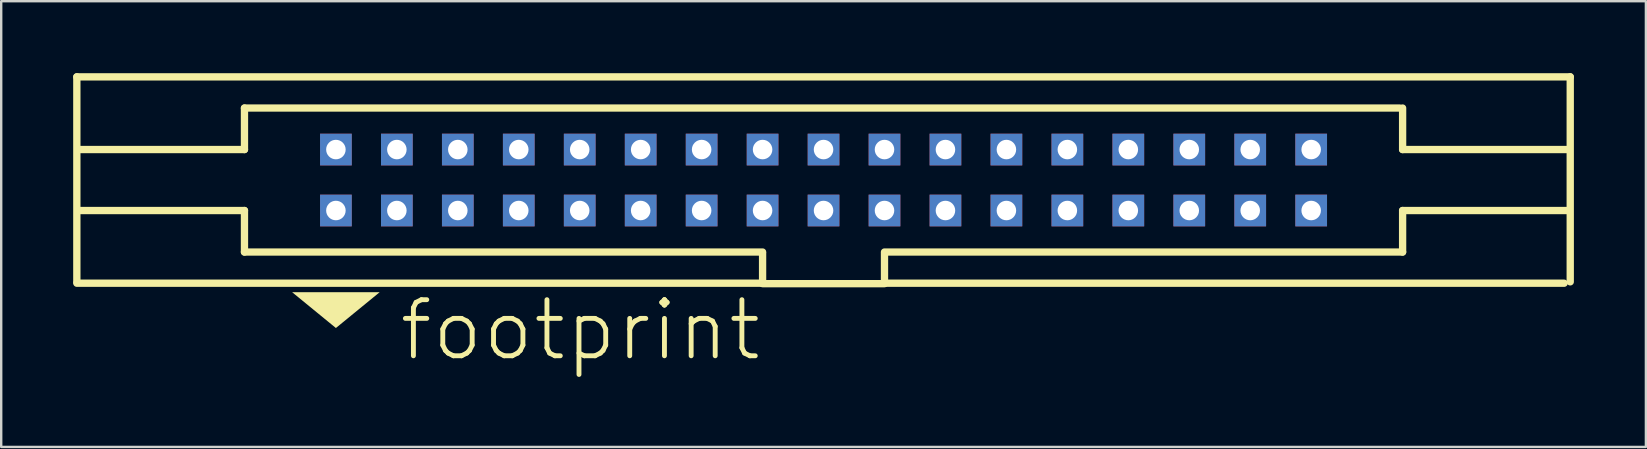
<source format=kicad_pcb>
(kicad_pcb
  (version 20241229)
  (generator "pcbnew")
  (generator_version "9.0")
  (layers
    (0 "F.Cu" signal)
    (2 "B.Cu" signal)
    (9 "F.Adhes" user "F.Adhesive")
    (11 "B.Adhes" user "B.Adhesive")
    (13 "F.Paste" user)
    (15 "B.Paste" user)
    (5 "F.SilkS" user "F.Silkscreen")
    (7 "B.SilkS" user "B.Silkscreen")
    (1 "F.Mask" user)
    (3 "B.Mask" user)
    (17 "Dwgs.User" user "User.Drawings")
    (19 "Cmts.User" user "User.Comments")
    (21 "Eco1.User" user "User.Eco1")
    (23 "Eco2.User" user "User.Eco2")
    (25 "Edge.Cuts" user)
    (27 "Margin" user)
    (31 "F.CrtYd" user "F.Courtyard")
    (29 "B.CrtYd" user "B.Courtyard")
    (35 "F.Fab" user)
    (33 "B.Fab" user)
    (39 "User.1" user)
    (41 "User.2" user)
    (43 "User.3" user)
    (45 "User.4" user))
  (footprint "footprint"
    (layer "F.Cu")
    (at 31.267 4.452)
    (property "Reference" "footprint" (at -17.78 7.62 0) (layer "F.SilkS") (effects (font (size 2.337 2.337) (thickness 0.203)) (justify left bottom)))
    (fp_line (start -31.115 -4.3) (end -31.115 4.242) (stroke (width 0.305) (type solid)) (layer "F.SilkS"))
    (fp_line (start -31.115 4.3) (end -2.54 4.3) (stroke (width 0.305) (type solid)) (layer "F.SilkS"))
    (fp_line (start -24.13 -1.27) (end -30.988 -1.27) (stroke (width 0.305) (type solid)) (layer "F.SilkS"))
    (fp_line (start -24.13 -1.27) (end -24.13 -3) (stroke (width 0.305) (type solid)) (layer "F.SilkS"))
    (fp_line (start -24.13 1.27) (end -30.988 1.27) (stroke (width 0.305) (type solid)) (layer "F.SilkS"))
    (fp_line (start -24.13 3) (end -24.13 1.27) (stroke (width 0.305) (type solid)) (layer "F.SilkS"))
    (fp_line (start -2.54 3) (end -24.13 3) (stroke (width 0.305) (type solid)) (layer "F.SilkS"))
    (fp_line (start -2.54 4.3) (end -2.54 3.048) (stroke (width 0.305) (type solid)) (layer "F.SilkS"))
    (fp_line (start -2.54 4.318) (end 2.54 4.318) (stroke (width 0.305) (type solid)) (layer "F.SilkS"))
    (fp_line (start 2.54 3.048) (end 2.54 4.3) (stroke (width 0.305) (type solid)) (layer "F.SilkS"))
    (fp_line (start 2.54 4.3) (end 30.861 4.3) (stroke (width 0.305) (type solid)) (layer "F.SilkS"))
    (fp_line (start 24.003 -3) (end -24.13 -3) (stroke (width 0.305) (type solid)) (layer "F.SilkS"))
    (fp_line (start 24.13 -1.27) (end 24.13 -3) (stroke (width 0.305) (type solid)) (layer "F.SilkS"))
    (fp_line (start 24.13 -1.27) (end 30.988 -1.27) (stroke (width 0.305) (type solid)) (layer "F.SilkS"))
    (fp_line (start 24.13 1.27) (end 30.988 1.27) (stroke (width 0.305) (type solid)) (layer "F.SilkS"))
    (fp_line (start 24.13 3) (end 2.54 3) (stroke (width 0.305) (type solid)) (layer "F.SilkS"))
    (fp_line (start 24.13 3) (end 24.13 1.27) (stroke (width 0.305) (type solid)) (layer "F.SilkS"))
    (fp_line (start 31.115 -4.3) (end -31.115 -4.3) (stroke (width 0.305) (type solid)) (layer "F.SilkS"))
    (fp_line (start 31.115 4.242) (end 31.115 -4.3) (stroke (width 0.305) (type solid)) (layer "F.SilkS"))
    (fp_poly (pts (xy -20.32 6.166) (xy -22.144 4.674) (xy -18.496 4.674)) (stroke (width 0) (type solid)) (fill yes) (layer "F.SilkS"))
    (pad "1" thru_hole rect (at -20.32 1.27) (size 1.321 1.321) (drill 0.813) (layers "*.Cu" "*.Mask"))
    (pad "2" thru_hole rect (at -20.32 -1.27) (size 1.321 1.321) (drill 0.813) (layers "*.Cu" "*.Mask"))
    (pad "3" thru_hole rect (at -17.78 1.27) (size 1.321 1.321) (drill 0.813) (layers "*.Cu" "*.Mask"))
    (pad "4" thru_hole rect (at -17.78 -1.27) (size 1.321 1.321) (drill 0.813) (layers "*.Cu" "*.Mask"))
    (pad "5" thru_hole rect (at -15.24 1.27) (size 1.321 1.321) (drill 0.813) (layers "*.Cu" "*.Mask"))
    (pad "6" thru_hole rect (at -15.24 -1.27) (size 1.321 1.321) (drill 0.813) (layers "*.Cu" "*.Mask"))
    (pad "7" thru_hole rect (at -12.7 1.27) (size 1.321 1.321) (drill 0.813) (layers "*.Cu" "*.Mask"))
    (pad "8" thru_hole rect (at -12.7 -1.27) (size 1.321 1.321) (drill 0.813) (layers "*.Cu" "*.Mask"))
    (pad "9" thru_hole rect (at -10.16 1.27) (size 1.321 1.321) (drill 0.813) (layers "*.Cu" "*.Mask"))
    (pad "10" thru_hole rect (at -10.16 -1.27) (size 1.321 1.321) (drill 0.813) (layers "*.Cu" "*.Mask"))
    (pad "11" thru_hole rect (at -7.62 1.27) (size 1.321 1.321) (drill 0.813) (layers "*.Cu" "*.Mask"))
    (pad "12" thru_hole rect (at -7.62 -1.27) (size 1.321 1.321) (drill 0.813) (layers "*.Cu" "*.Mask"))
    (pad "13" thru_hole rect (at -5.08 1.27) (size 1.321 1.321) (drill 0.813) (layers "*.Cu" "*.Mask"))
    (pad "14" thru_hole rect (at -5.08 -1.27) (size 1.321 1.321) (drill 0.813) (layers "*.Cu" "*.Mask"))
    (pad "15" thru_hole rect (at -2.54 1.27) (size 1.321 1.321) (drill 0.813) (layers "*.Cu" "*.Mask"))
    (pad "16" thru_hole rect (at -2.54 -1.27) (size 1.321 1.321) (drill 0.813) (layers "*.Cu" "*.Mask"))
    (pad "17" thru_hole rect (at 0 1.27) (size 1.321 1.321) (drill 0.813) (layers "*.Cu" "*.Mask"))
    (pad "18" thru_hole rect (at 0 -1.27) (size 1.321 1.321) (drill 0.813) (layers "*.Cu" "*.Mask"))
    (pad "19" thru_hole rect (at 2.54 1.27) (size 1.321 1.321) (drill 0.813) (layers "*.Cu" "*.Mask"))
    (pad "20" thru_hole rect (at 2.54 -1.27) (size 1.321 1.321) (drill 0.813) (layers "*.Cu" "*.Mask"))
    (pad "21" thru_hole rect (at 5.08 1.27) (size 1.321 1.321) (drill 0.813) (layers "*.Cu" "*.Mask"))
    (pad "22" thru_hole rect (at 5.08 -1.27) (size 1.321 1.321) (drill 0.813) (layers "*.Cu" "*.Mask"))
    (pad "23" thru_hole rect (at 7.62 1.27) (size 1.321 1.321) (drill 0.813) (layers "*.Cu" "*.Mask"))
    (pad "24" thru_hole rect (at 7.62 -1.27) (size 1.321 1.321) (drill 0.813) (layers "*.Cu" "*.Mask"))
    (pad "25" thru_hole rect (at 10.16 1.27) (size 1.321 1.321) (drill 0.813) (layers "*.Cu" "*.Mask"))
    (pad "26" thru_hole rect (at 10.16 -1.27) (size 1.321 1.321) (drill 0.813) (layers "*.Cu" "*.Mask"))
    (pad "27" thru_hole rect (at 12.7 1.27) (size 1.321 1.321) (drill 0.813) (layers "*.Cu" "*.Mask"))
    (pad "28" thru_hole rect (at 12.7 -1.27) (size 1.321 1.321) (drill 0.813) (layers "*.Cu" "*.Mask"))
    (pad "29" thru_hole rect (at 15.24 1.27) (size 1.321 1.321) (drill 0.813) (layers "*.Cu" "*.Mask"))
    (pad "30" thru_hole rect (at 15.24 -1.27) (size 1.321 1.321) (drill 0.813) (layers "*.Cu" "*.Mask"))
    (pad "31" thru_hole rect (at 17.78 1.27) (size 1.321 1.321) (drill 0.813) (layers "*.Cu" "*.Mask"))
    (pad "32" thru_hole rect (at 17.78 -1.27) (size 1.321 1.321) (drill 0.813) (layers "*.Cu" "*.Mask"))
    (pad "33" thru_hole rect (at 20.32 1.27) (size 1.321 1.321) (drill 0.813) (layers "*.Cu" "*.Mask"))
    (pad "34" thru_hole rect (at 20.32 -1.27) (size 1.321 1.321) (drill 0.813) (layers "*.Cu" "*.Mask")))
  (gr_rect
    (start -3 -3)
    (end 65.535 15.573)
    (stroke (width 0.1) (type default))
    (fill no)
    (layer "Edge.Cuts")))
</source>
